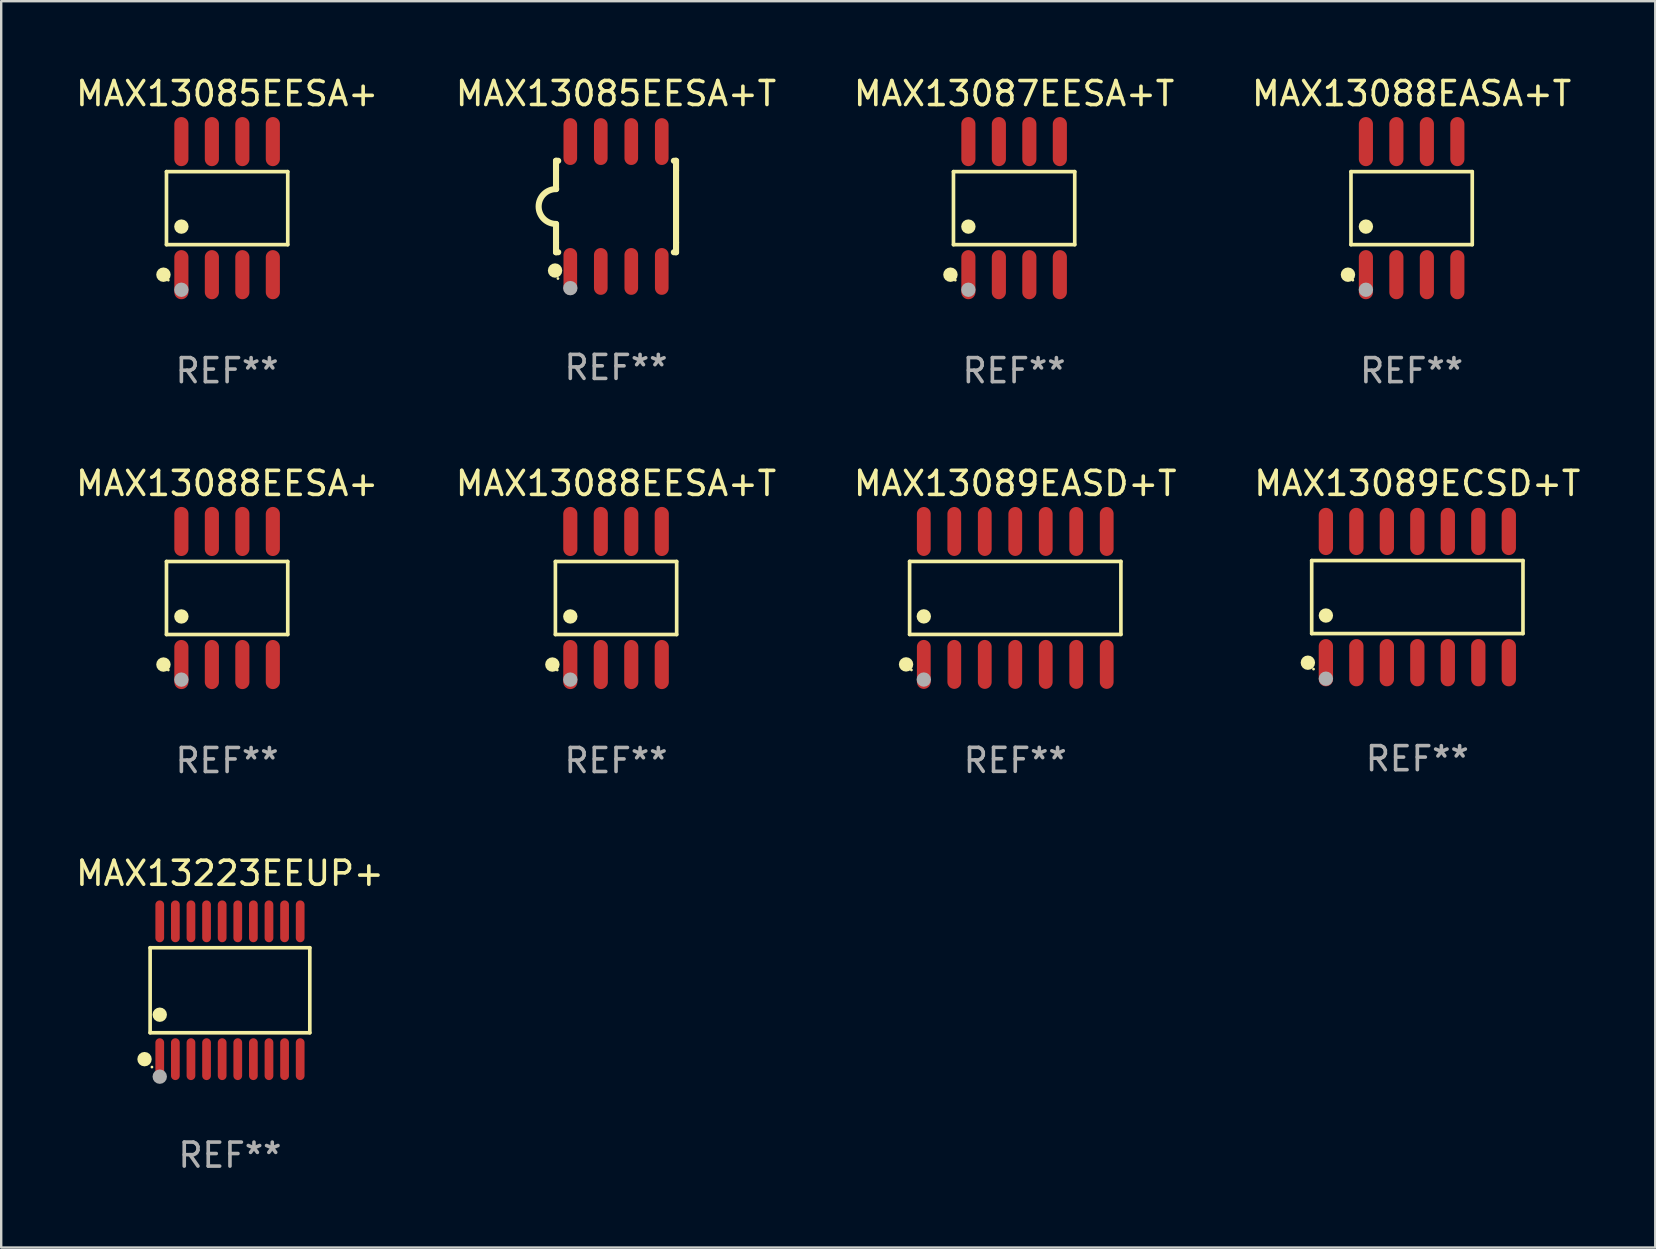
<source format=kicad_pcb>
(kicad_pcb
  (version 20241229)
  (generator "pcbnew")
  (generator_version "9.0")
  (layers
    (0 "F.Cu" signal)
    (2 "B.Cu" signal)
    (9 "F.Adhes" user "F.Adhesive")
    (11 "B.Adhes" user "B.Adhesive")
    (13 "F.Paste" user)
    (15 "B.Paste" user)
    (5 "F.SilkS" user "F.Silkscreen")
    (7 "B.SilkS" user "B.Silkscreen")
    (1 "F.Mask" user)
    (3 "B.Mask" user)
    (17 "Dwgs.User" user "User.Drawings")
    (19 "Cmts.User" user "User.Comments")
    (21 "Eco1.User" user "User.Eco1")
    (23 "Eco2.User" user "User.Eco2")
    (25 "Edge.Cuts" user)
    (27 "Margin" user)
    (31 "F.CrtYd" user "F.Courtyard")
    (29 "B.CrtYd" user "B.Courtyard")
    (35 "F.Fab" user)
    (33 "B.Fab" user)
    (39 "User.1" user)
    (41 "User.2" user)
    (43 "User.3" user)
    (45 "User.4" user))
  (footprint "MAX13087EESA+T"
    (layer "F.Cu")
    (at 39.196 5.621)
    (property "Reference" "MAX13087EESA+T" (at 0 -4.772 0) (layer "F.SilkS") (effects (font (size 1 1) (thickness 0.15))))
    (attr through_hole)
    (fp_line (start -2.526 -1.521) (end 2.526 -1.521) (stroke (width 0.152) (type solid)) (layer "F.SilkS"))
    (fp_line (start -2.526 1.521) (end -2.526 -1.521) (stroke (width 0.152) (type solid)) (layer "F.SilkS"))
    (fp_line (start 2.526 -1.521) (end 2.526 1.521) (stroke (width 0.152) (type solid)) (layer "F.SilkS"))
    (fp_line (start 2.526 1.521) (end -2.526 1.521) (stroke (width 0.152) (type solid)) (layer "F.SilkS"))
    (fp_circle (center -2.652 2.772) (end -2.501 2.772) (stroke (width 0.3) (type solid)) (fill no) (layer "F.SilkS"))
    (fp_circle (center -2.45 3) (end -2.42 3) (stroke (width 0.06) (type solid)) (fill no) (layer "F.SilkS"))
    (fp_circle (center -1.905 0.769) (end -1.755 0.769) (stroke (width 0.3) (type solid)) (fill no) (layer "F.SilkS"))
    (fp_circle (center -1.905 3.4) (end -1.755 3.4) (stroke (width 0.3) (type solid)) (fill no) (layer "F.Fab"))
    (fp_text user "REF**" (at 0 6.772 0) (layer "F.Fab") (effects (font (size 1 1) (thickness 0.15))))
    (pad "1" smd oval (at -1.905 2.772) (size 0.588 2.045) (layers "F.Cu" "F.Mask" "F.Paste"))
    (pad "2" smd oval (at -0.635 2.772) (size 0.588 2.045) (layers "F.Cu" "F.Mask" "F.Paste"))
    (pad "3" smd oval (at 0.635 2.772) (size 0.588 2.045) (layers "F.Cu" "F.Mask" "F.Paste"))
    (pad "4" smd oval (at 1.905 2.772) (size 0.588 2.045) (layers "F.Cu" "F.Mask" "F.Paste"))
    (pad "5" smd oval (at 1.905 -2.772) (size 0.588 2.045) (layers "F.Cu" "F.Mask" "F.Paste"))
    (pad "6" smd oval (at 0.635 -2.772) (size 0.588 2.045) (layers "F.Cu" "F.Mask" "F.Paste"))
    (pad "7" smd oval (at -0.635 -2.772) (size 0.588 2.045) (layers "F.Cu" "F.Mask" "F.Paste"))
    (pad "8" smd oval (at -1.905 -2.772) (size 0.588 2.045) (layers "F.Cu" "F.Mask" "F.Paste")))
  (footprint "MAX13088EESA+T"
    (layer "F.Cu")
    (at 22.613 21.862)
    (property "Reference" "MAX13088EESA+T" (at 0 -4.772 0) (layer "F.SilkS") (effects (font (size 1 1) (thickness 0.15))))
    (attr through_hole)
    (fp_line (start -2.526 -1.521) (end 2.526 -1.521) (stroke (width 0.152) (type solid)) (layer "F.SilkS"))
    (fp_line (start -2.526 1.521) (end -2.526 -1.521) (stroke (width 0.152) (type solid)) (layer "F.SilkS"))
    (fp_line (start 2.526 -1.521) (end 2.526 1.521) (stroke (width 0.152) (type solid)) (layer "F.SilkS"))
    (fp_line (start 2.526 1.521) (end -2.526 1.521) (stroke (width 0.152) (type solid)) (layer "F.SilkS"))
    (fp_circle (center -2.652 2.772) (end -2.501 2.772) (stroke (width 0.3) (type solid)) (fill no) (layer "F.SilkS"))
    (fp_circle (center -2.45 3) (end -2.42 3) (stroke (width 0.06) (type solid)) (fill no) (layer "F.SilkS"))
    (fp_circle (center -1.905 0.769) (end -1.755 0.769) (stroke (width 0.3) (type solid)) (fill no) (layer "F.SilkS"))
    (fp_circle (center -1.905 3.4) (end -1.755 3.4) (stroke (width 0.3) (type solid)) (fill no) (layer "F.Fab"))
    (fp_text user "REF**" (at 0 6.772 0) (layer "F.Fab") (effects (font (size 1 1) (thickness 0.15))))
    (pad "1" smd oval (at -1.905 2.772) (size 0.588 2.045) (layers "F.Cu" "F.Mask" "F.Paste"))
    (pad "2" smd oval (at -0.635 2.772) (size 0.588 2.045) (layers "F.Cu" "F.Mask" "F.Paste"))
    (pad "3" smd oval (at 0.635 2.772) (size 0.588 2.045) (layers "F.Cu" "F.Mask" "F.Paste"))
    (pad "4" smd oval (at 1.905 2.772) (size 0.588 2.045) (layers "F.Cu" "F.Mask" "F.Paste"))
    (pad "5" smd oval (at 1.905 -2.772) (size 0.588 2.045) (layers "F.Cu" "F.Mask" "F.Paste"))
    (pad "6" smd oval (at 0.635 -2.772) (size 0.588 2.045) (layers "F.Cu" "F.Mask" "F.Paste"))
    (pad "7" smd oval (at -0.635 -2.772) (size 0.588 2.045) (layers "F.Cu" "F.Mask" "F.Paste"))
    (pad "8" smd oval (at -1.905 -2.772) (size 0.588 2.045) (layers "F.Cu" "F.Mask" "F.Paste")))
  (footprint "MAX13085EESA+"
    (layer "F.Cu")
    (at 6.411 5.621)
    (property "Reference" "MAX13085EESA+" (at 0 -4.772 0) (layer "F.SilkS") (effects (font (size 1 1) (thickness 0.15))))
    (attr through_hole)
    (fp_line (start -2.526 -1.521) (end 2.526 -1.521) (stroke (width 0.152) (type solid)) (layer "F.SilkS"))
    (fp_line (start -2.526 1.521) (end -2.526 -1.521) (stroke (width 0.152) (type solid)) (layer "F.SilkS"))
    (fp_line (start 2.526 -1.521) (end 2.526 1.521) (stroke (width 0.152) (type solid)) (layer "F.SilkS"))
    (fp_line (start 2.526 1.521) (end -2.526 1.521) (stroke (width 0.152) (type solid)) (layer "F.SilkS"))
    (fp_circle (center -2.652 2.772) (end -2.501 2.772) (stroke (width 0.3) (type solid)) (fill no) (layer "F.SilkS"))
    (fp_circle (center -2.45 3) (end -2.42 3) (stroke (width 0.06) (type solid)) (fill no) (layer "F.SilkS"))
    (fp_circle (center -1.905 0.769) (end -1.755 0.769) (stroke (width 0.3) (type solid)) (fill no) (layer "F.SilkS"))
    (fp_circle (center -1.905 3.4) (end -1.755 3.4) (stroke (width 0.3) (type solid)) (fill no) (layer "F.Fab"))
    (fp_text user "REF**" (at 0 6.772 0) (layer "F.Fab") (effects (font (size 1 1) (thickness 0.15))))
    (pad "1" smd oval (at -1.905 2.772) (size 0.588 2.045) (layers "F.Cu" "F.Mask" "F.Paste"))
    (pad "2" smd oval (at -0.635 2.772) (size 0.588 2.045) (layers "F.Cu" "F.Mask" "F.Paste"))
    (pad "3" smd oval (at 0.635 2.772) (size 0.588 2.045) (layers "F.Cu" "F.Mask" "F.Paste"))
    (pad "4" smd oval (at 1.905 2.772) (size 0.588 2.045) (layers "F.Cu" "F.Mask" "F.Paste"))
    (pad "5" smd oval (at 1.905 -2.772) (size 0.588 2.045) (layers "F.Cu" "F.Mask" "F.Paste"))
    (pad "6" smd oval (at 0.635 -2.772) (size 0.588 2.045) (layers "F.Cu" "F.Mask" "F.Paste"))
    (pad "7" smd oval (at -0.635 -2.772) (size 0.588 2.045) (layers "F.Cu" "F.Mask" "F.Paste"))
    (pad "8" smd oval (at -1.905 -2.772) (size 0.588 2.045) (layers "F.Cu" "F.Mask" "F.Paste")))
  (footprint "MAX13088EASA+T"
    (layer "F.Cu")
    (at 55.756 5.621)
    (property "Reference" "MAX13088EASA+T" (at 0 -4.772 0) (layer "F.SilkS") (effects (font (size 1 1) (thickness 0.15))))
    (attr through_hole)
    (fp_line (start -2.526 -1.521) (end 2.526 -1.521) (stroke (width 0.152) (type solid)) (layer "F.SilkS"))
    (fp_line (start -2.526 1.521) (end -2.526 -1.521) (stroke (width 0.152) (type solid)) (layer "F.SilkS"))
    (fp_line (start 2.526 -1.521) (end 2.526 1.521) (stroke (width 0.152) (type solid)) (layer "F.SilkS"))
    (fp_line (start 2.526 1.521) (end -2.526 1.521) (stroke (width 0.152) (type solid)) (layer "F.SilkS"))
    (fp_circle (center -2.652 2.772) (end -2.501 2.772) (stroke (width 0.3) (type solid)) (fill no) (layer "F.SilkS"))
    (fp_circle (center -2.45 3) (end -2.42 3) (stroke (width 0.06) (type solid)) (fill no) (layer "F.SilkS"))
    (fp_circle (center -1.905 0.769) (end -1.755 0.769) (stroke (width 0.3) (type solid)) (fill no) (layer "F.SilkS"))
    (fp_circle (center -1.905 3.4) (end -1.755 3.4) (stroke (width 0.3) (type solid)) (fill no) (layer "F.Fab"))
    (fp_text user "REF**" (at 0 6.772 0) (layer "F.Fab") (effects (font (size 1 1) (thickness 0.15))))
    (pad "1" smd oval (at -1.905 2.772) (size 0.588 2.045) (layers "F.Cu" "F.Mask" "F.Paste"))
    (pad "2" smd oval (at -0.635 2.772) (size 0.588 2.045) (layers "F.Cu" "F.Mask" "F.Paste"))
    (pad "3" smd oval (at 0.635 2.772) (size 0.588 2.045) (layers "F.Cu" "F.Mask" "F.Paste"))
    (pad "4" smd oval (at 1.905 2.772) (size 0.588 2.045) (layers "F.Cu" "F.Mask" "F.Paste"))
    (pad "5" smd oval (at 1.905 -2.772) (size 0.588 2.045) (layers "F.Cu" "F.Mask" "F.Paste"))
    (pad "6" smd oval (at 0.635 -2.772) (size 0.588 2.045) (layers "F.Cu" "F.Mask" "F.Paste"))
    (pad "7" smd oval (at -0.635 -2.772) (size 0.588 2.045) (layers "F.Cu" "F.Mask" "F.Paste"))
    (pad "8" smd oval (at -1.905 -2.772) (size 0.588 2.045) (layers "F.Cu" "F.Mask" "F.Paste")))
  (footprint "MAX13089EASD+T"
    (layer "F.Cu")
    (at 39.244 21.859)
    (property "Reference" "MAX13089EASD+T" (at 0 -4.769 0) (layer "F.SilkS") (effects (font (size 1 1) (thickness 0.15))))
    (attr through_hole)
    (fp_line (start -4.401 -1.521) (end 4.401 -1.521) (stroke (width 0.152) (type solid)) (layer "F.SilkS"))
    (fp_line (start -4.401 1.521) (end -4.401 -1.521) (stroke (width 0.152) (type solid)) (layer "F.SilkS"))
    (fp_line (start 4.401 -1.521) (end 4.401 1.521) (stroke (width 0.152) (type solid)) (layer "F.SilkS"))
    (fp_line (start 4.401 1.521) (end -4.401 1.521) (stroke (width 0.152) (type solid)) (layer "F.SilkS"))
    (fp_circle (center -4.549 2.769) (end -4.399 2.769) (stroke (width 0.3) (type solid)) (fill no) (layer "F.SilkS"))
    (fp_circle (center -4.325 3) (end -4.295 3) (stroke (width 0.06) (type solid)) (fill no) (layer "F.SilkS"))
    (fp_circle (center -3.81 0.769) (end -3.66 0.769) (stroke (width 0.3) (type solid)) (fill no) (layer "F.SilkS"))
    (fp_circle (center -3.81 3.4) (end -3.66 3.4) (stroke (width 0.3) (type solid)) (fill no) (layer "F.Fab"))
    (fp_text user "REF**" (at 0 6.769 0) (layer "F.Fab") (effects (font (size 1 1) (thickness 0.15))))
    (pad "1" smd oval (at -3.81 2.769) (size 0.574 2.038) (layers "F.Cu" "F.Mask" "F.Paste"))
    (pad "2" smd oval (at -2.54 2.769) (size 0.574 2.038) (layers "F.Cu" "F.Mask" "F.Paste"))
    (pad "3" smd oval (at -1.27 2.769) (size 0.574 2.038) (layers "F.Cu" "F.Mask" "F.Paste"))
    (pad "4" smd oval (at 0 2.769) (size 0.574 2.038) (layers "F.Cu" "F.Mask" "F.Paste"))
    (pad "5" smd oval (at 1.27 2.769) (size 0.574 2.038) (layers "F.Cu" "F.Mask" "F.Paste"))
    (pad "6" smd oval (at 2.54 2.769) (size 0.574 2.038) (layers "F.Cu" "F.Mask" "F.Paste"))
    (pad "7" smd oval (at 3.81 2.769) (size 0.574 2.038) (layers "F.Cu" "F.Mask" "F.Paste"))
    (pad "8" smd oval (at 3.81 -2.769) (size 0.574 2.038) (layers "F.Cu" "F.Mask" "F.Paste"))
    (pad "9" smd oval (at 2.54 -2.769) (size 0.574 2.038) (layers "F.Cu" "F.Mask" "F.Paste"))
    (pad "10" smd oval (at 1.27 -2.769) (size 0.574 2.038) (layers "F.Cu" "F.Mask" "F.Paste"))
    (pad "11" smd oval (at 0 -2.769) (size 0.574 2.038) (layers "F.Cu" "F.Mask" "F.Paste"))
    (pad "12" smd oval (at -1.27 -2.769) (size 0.574 2.038) (layers "F.Cu" "F.Mask" "F.Paste"))
    (pad "13" smd oval (at -2.54 -2.769) (size 0.574 2.038) (layers "F.Cu" "F.Mask" "F.Paste"))
    (pad "14" smd oval (at -3.81 -2.769) (size 0.574 2.038) (layers "F.Cu" "F.Mask" "F.Paste")))
  (footprint "MAX13085EESA+T"
    (layer "F.Cu")
    (at 22.613 5.553)
    (property "Reference" "MAX13085EESA+T" (at 0 -4.705 0) (layer "F.SilkS") (effects (font (size 1 1) (thickness 0.15))))
    (attr through_hole)
    (fp_line (start -2.5 -1.905) (end -2.409 -1.905) (stroke (width 0.254) (type solid)) (layer "F.SilkS"))
    (fp_line (start -2.5 -1.5) (end -2.5 -1.905) (stroke (width 0.254) (type solid)) (layer "F.SilkS"))
    (fp_line (start -2.5 -1.5) (end -2.5 -0.726) (stroke (width 0.254) (type solid)) (layer "F.SilkS"))
    (fp_line (start -2.5 1.5) (end -2.5 0.727) (stroke (width 0.254) (type solid)) (layer "F.SilkS"))
    (fp_line (start -2.5 1.5) (end -2.5 1.905) (stroke (width 0.254) (type solid)) (layer "F.SilkS"))
    (fp_line (start -2.5 1.905) (end -2.409 1.905) (stroke (width 0.254) (type solid)) (layer "F.SilkS"))
    (fp_line (start 2.5 -1.905) (end 2.409 -1.905) (stroke (width 0.254) (type solid)) (layer "F.SilkS"))
    (fp_line (start 2.5 -1.5) (end 2.5 -1.905) (stroke (width 0.254) (type solid)) (layer "F.SilkS"))
    (fp_line (start 2.5 -1.5) (end 2.5 1.5) (stroke (width 0.254) (type solid)) (layer "F.SilkS"))
    (fp_line (start 2.5 1.5) (end 2.5 1.905) (stroke (width 0.254) (type solid)) (layer "F.SilkS"))
    (fp_line (start 2.5 1.905) (end 2.409 1.905) (stroke (width 0.254) (type solid)) (layer "F.SilkS"))
    (fp_arc (start -2.5 0.726568) (mid -3.220316 -0.0023) (end -2.495097 -0.726289) (stroke (width 0.254001) (type solid)) (layer "F.SilkS"))
    (fp_circle (center -2.54 2.667) (end -2.39 2.667) (stroke (width 0.3) (type solid)) (fill no) (layer "F.SilkS"))
    (fp_circle (center -2.42 3) (end -2.39 3) (stroke (width 0.06) (type solid)) (fill no) (layer "F.SilkS"))
    (fp_circle (center -1.905 3.4) (end -1.755 3.4) (stroke (width 0.3) (type solid)) (fill no) (layer "F.Fab"))
    (fp_text user "REF**" (at 0 6.705 0) (layer "F.Fab") (effects (font (size 1 1) (thickness 0.15))))
    (pad "1" smd oval (at -1.905 2.705) (size 0.568 1.95) (layers "F.Cu" "F.Mask" "F.Paste"))
    (pad "2" smd oval (at -0.635 2.705) (size 0.568 1.95) (layers "F.Cu" "F.Mask" "F.Paste"))
    (pad "3" smd oval (at 0.635 2.705) (size 0.568 1.95) (layers "F.Cu" "F.Mask" "F.Paste"))
    (pad "4" smd oval (at 1.905 2.705) (size 0.568 1.95) (layers "F.Cu" "F.Mask" "F.Paste"))
    (pad "5" smd oval (at 1.905 -2.705) (size 0.568 1.95) (layers "F.Cu" "F.Mask" "F.Paste"))
    (pad "6" smd oval (at 0.635 -2.705) (size 0.568 1.95) (layers "F.Cu" "F.Mask" "F.Paste"))
    (pad "7" smd oval (at -0.635 -2.705) (size 0.568 1.95) (layers "F.Cu" "F.Mask" "F.Paste"))
    (pad "8" smd oval (at -1.905 -2.705) (size 0.568 1.95) (layers "F.Cu" "F.Mask" "F.Paste")))
  (footprint "MAX13223EEUP+"
    (layer "F.Cu")
    (at 6.53 38.202)
    (property "Reference" "MAX13223EEUP+" (at 0 -4.871 0) (layer "F.SilkS") (effects (font (size 1 1) (thickness 0.15))))
    (attr through_hole)
    (fp_line (start -3.326 -1.771) (end 3.326 -1.771) (stroke (width 0.152) (type solid)) (layer "F.SilkS"))
    (fp_line (start -3.326 1.771) (end -3.326 -1.771) (stroke (width 0.152) (type solid)) (layer "F.SilkS"))
    (fp_line (start 3.326 -1.771) (end 3.326 1.771) (stroke (width 0.152) (type solid)) (layer "F.SilkS"))
    (fp_line (start 3.326 1.771) (end -3.326 1.771) (stroke (width 0.152) (type solid)) (layer "F.SilkS"))
    (fp_circle (center -3.559 2.871) (end -3.409 2.871) (stroke (width 0.3) (type solid)) (fill no) (layer "F.SilkS"))
    (fp_circle (center -3.25 3.2) (end -3.22 3.2) (stroke (width 0.06) (type solid)) (fill no) (layer "F.SilkS"))
    (fp_circle (center -2.925 1.019) (end -2.775 1.019) (stroke (width 0.3) (type solid)) (fill no) (layer "F.SilkS"))
    (fp_circle (center -2.925 3.6) (end -2.775 3.6) (stroke (width 0.3) (type solid)) (fill no) (layer "F.Fab"))
    (fp_text user "REF**" (at 0 6.871 0) (layer "F.Fab") (effects (font (size 1 1) (thickness 0.15))))
    (pad "1" smd oval (at -2.925 2.871) (size 0.364 1.742) (layers "F.Cu" "F.Mask" "F.Paste"))
    (pad "2" smd oval (at -2.275 2.871) (size 0.364 1.742) (layers "F.Cu" "F.Mask" "F.Paste"))
    (pad "3" smd oval (at -1.625 2.871) (size 0.364 1.742) (layers "F.Cu" "F.Mask" "F.Paste"))
    (pad "4" smd oval (at -0.975 2.871) (size 0.364 1.742) (layers "F.Cu" "F.Mask" "F.Paste"))
    (pad "5" smd oval (at -0.325 2.871) (size 0.364 1.742) (layers "F.Cu" "F.Mask" "F.Paste"))
    (pad "6" smd oval (at 0.325 2.871) (size 0.364 1.742) (layers "F.Cu" "F.Mask" "F.Paste"))
    (pad "7" smd oval (at 0.975 2.871) (size 0.364 1.742) (layers "F.Cu" "F.Mask" "F.Paste"))
    (pad "8" smd oval (at 1.625 2.871) (size 0.364 1.742) (layers "F.Cu" "F.Mask" "F.Paste"))
    (pad "9" smd oval (at 2.275 2.871) (size 0.364 1.742) (layers "F.Cu" "F.Mask" "F.Paste"))
    (pad "10" smd oval (at 2.925 2.871) (size 0.364 1.742) (layers "F.Cu" "F.Mask" "F.Paste"))
    (pad "11" smd oval (at 2.925 -2.871) (size 0.364 1.742) (layers "F.Cu" "F.Mask" "F.Paste"))
    (pad "12" smd oval (at 2.275 -2.871) (size 0.364 1.742) (layers "F.Cu" "F.Mask" "F.Paste"))
    (pad "13" smd oval (at 1.625 -2.871) (size 0.364 1.742) (layers "F.Cu" "F.Mask" "F.Paste"))
    (pad "14" smd oval (at 0.975 -2.871) (size 0.364 1.742) (layers "F.Cu" "F.Mask" "F.Paste"))
    (pad "15" smd oval (at 0.325 -2.871) (size 0.364 1.742) (layers "F.Cu" "F.Mask" "F.Paste"))
    (pad "16" smd oval (at -0.325 -2.871) (size 0.364 1.742) (layers "F.Cu" "F.Mask" "F.Paste"))
    (pad "17" smd oval (at -0.975 -2.871) (size 0.364 1.742) (layers "F.Cu" "F.Mask" "F.Paste"))
    (pad "18" smd oval (at -1.625 -2.871) (size 0.364 1.742) (layers "F.Cu" "F.Mask" "F.Paste"))
    (pad "19" smd oval (at -2.275 -2.871) (size 0.364 1.742) (layers "F.Cu" "F.Mask" "F.Paste"))
    (pad "20" smd oval (at -2.925 -2.871) (size 0.364 1.742) (layers "F.Cu" "F.Mask" "F.Paste")))
  (footprint "MAX13089ECSD+T"
    (layer "F.Cu")
    (at 55.994 21.823)
    (property "Reference" "MAX13089ECSD+T" (at 0 -4.734 0) (layer "F.SilkS") (effects (font (size 1 1) (thickness 0.15))))
    (attr through_hole)
    (fp_line (start -4.401 -1.521) (end 4.401 -1.521) (stroke (width 0.152) (type solid)) (layer "F.SilkS"))
    (fp_line (start -4.401 1.521) (end -4.401 -1.521) (stroke (width 0.152) (type solid)) (layer "F.SilkS"))
    (fp_line (start 4.401 -1.521) (end 4.401 1.521) (stroke (width 0.152) (type solid)) (layer "F.SilkS"))
    (fp_line (start 4.401 1.521) (end -4.401 1.521) (stroke (width 0.152) (type solid)) (layer "F.SilkS"))
    (fp_circle (center -4.56 2.734) (end -4.41 2.734) (stroke (width 0.3) (type solid)) (fill no) (layer "F.SilkS"))
    (fp_circle (center -4.325 3) (end -4.295 3) (stroke (width 0.06) (type solid)) (fill no) (layer "F.SilkS"))
    (fp_circle (center -3.81 0.769) (end -3.66 0.769) (stroke (width 0.3) (type solid)) (fill no) (layer "F.SilkS"))
    (fp_circle (center -3.81 3.4) (end -3.66 3.4) (stroke (width 0.3) (type solid)) (fill no) (layer "F.Fab"))
    (fp_text user "REF**" (at 0 6.734 0) (layer "F.Fab") (effects (font (size 1 1) (thickness 0.15))))
    (pad "1" smd oval (at -3.81 2.734) (size 0.595 1.968) (layers "F.Cu" "F.Mask" "F.Paste"))
    (pad "2" smd oval (at -2.54 2.734) (size 0.595 1.968) (layers "F.Cu" "F.Mask" "F.Paste"))
    (pad "3" smd oval (at -1.27 2.734) (size 0.595 1.968) (layers "F.Cu" "F.Mask" "F.Paste"))
    (pad "4" smd oval (at 0 2.734) (size 0.595 1.968) (layers "F.Cu" "F.Mask" "F.Paste"))
    (pad "5" smd oval (at 1.27 2.734) (size 0.595 1.968) (layers "F.Cu" "F.Mask" "F.Paste"))
    (pad "6" smd oval (at 2.54 2.734) (size 0.595 1.968) (layers "F.Cu" "F.Mask" "F.Paste"))
    (pad "7" smd oval (at 3.81 2.734) (size 0.595 1.968) (layers "F.Cu" "F.Mask" "F.Paste"))
    (pad "8" smd oval (at 3.81 -2.734) (size 0.595 1.968) (layers "F.Cu" "F.Mask" "F.Paste"))
    (pad "9" smd oval (at 2.54 -2.734) (size 0.595 1.968) (layers "F.Cu" "F.Mask" "F.Paste"))
    (pad "10" smd oval (at 1.27 -2.734) (size 0.595 1.968) (layers "F.Cu" "F.Mask" "F.Paste"))
    (pad "11" smd oval (at 0 -2.734) (size 0.595 1.968) (layers "F.Cu" "F.Mask" "F.Paste"))
    (pad "12" smd oval (at -1.27 -2.734) (size 0.595 1.968) (layers "F.Cu" "F.Mask" "F.Paste"))
    (pad "13" smd oval (at -2.54 -2.734) (size 0.595 1.968) (layers "F.Cu" "F.Mask" "F.Paste"))
    (pad "14" smd oval (at -3.81 -2.734) (size 0.595 1.968) (layers "F.Cu" "F.Mask" "F.Paste")))
  (footprint "MAX13088EESA+"
    (layer "F.Cu")
    (at 6.411 21.862)
    (property "Reference" "MAX13088EESA+" (at 0 -4.772 0) (layer "F.SilkS") (effects (font (size 1 1) (thickness 0.15))))
    (attr through_hole)
    (fp_line (start -2.526 -1.521) (end 2.526 -1.521) (stroke (width 0.152) (type solid)) (layer "F.SilkS"))
    (fp_line (start -2.526 1.521) (end -2.526 -1.521) (stroke (width 0.152) (type solid)) (layer "F.SilkS"))
    (fp_line (start 2.526 -1.521) (end 2.526 1.521) (stroke (width 0.152) (type solid)) (layer "F.SilkS"))
    (fp_line (start 2.526 1.521) (end -2.526 1.521) (stroke (width 0.152) (type solid)) (layer "F.SilkS"))
    (fp_circle (center -2.652 2.772) (end -2.501 2.772) (stroke (width 0.3) (type solid)) (fill no) (layer "F.SilkS"))
    (fp_circle (center -2.45 3) (end -2.42 3) (stroke (width 0.06) (type solid)) (fill no) (layer "F.SilkS"))
    (fp_circle (center -1.905 0.769) (end -1.755 0.769) (stroke (width 0.3) (type solid)) (fill no) (layer "F.SilkS"))
    (fp_circle (center -1.905 3.4) (end -1.755 3.4) (stroke (width 0.3) (type solid)) (fill no) (layer "F.Fab"))
    (fp_text user "REF**" (at 0 6.772 0) (layer "F.Fab") (effects (font (size 1 1) (thickness 0.15))))
    (pad "1" smd oval (at -1.905 2.772) (size 0.588 2.045) (layers "F.Cu" "F.Mask" "F.Paste"))
    (pad "2" smd oval (at -0.635 2.772) (size 0.588 2.045) (layers "F.Cu" "F.Mask" "F.Paste"))
    (pad "3" smd oval (at 0.635 2.772) (size 0.588 2.045) (layers "F.Cu" "F.Mask" "F.Paste"))
    (pad "4" smd oval (at 1.905 2.772) (size 0.588 2.045) (layers "F.Cu" "F.Mask" "F.Paste"))
    (pad "5" smd oval (at 1.905 -2.772) (size 0.588 2.045) (layers "F.Cu" "F.Mask" "F.Paste"))
    (pad "6" smd oval (at 0.635 -2.772) (size 0.588 2.045) (layers "F.Cu" "F.Mask" "F.Paste"))
    (pad "7" smd oval (at -0.635 -2.772) (size 0.588 2.045) (layers "F.Cu" "F.Mask" "F.Paste"))
    (pad "8" smd oval (at -1.905 -2.772) (size 0.588 2.045) (layers "F.Cu" "F.Mask" "F.Paste")))
  (gr_rect
    (start -3 -3)
    (end 65.905 48.921)
    (stroke (width 0.1) (type default))
    (fill no)
    (layer "Edge.Cuts")))
</source>
